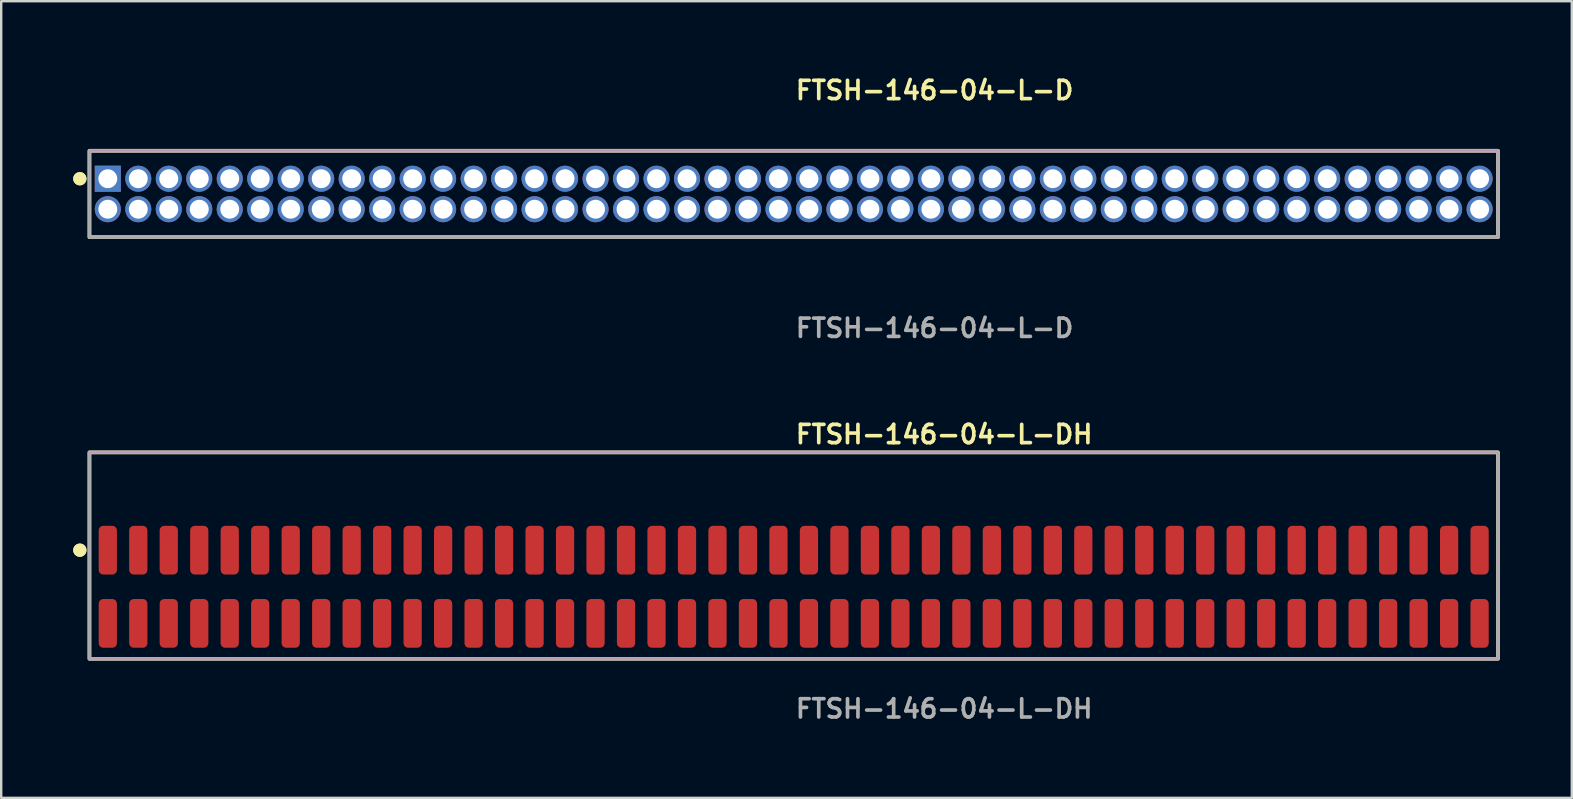
<source format=kicad_pcb>
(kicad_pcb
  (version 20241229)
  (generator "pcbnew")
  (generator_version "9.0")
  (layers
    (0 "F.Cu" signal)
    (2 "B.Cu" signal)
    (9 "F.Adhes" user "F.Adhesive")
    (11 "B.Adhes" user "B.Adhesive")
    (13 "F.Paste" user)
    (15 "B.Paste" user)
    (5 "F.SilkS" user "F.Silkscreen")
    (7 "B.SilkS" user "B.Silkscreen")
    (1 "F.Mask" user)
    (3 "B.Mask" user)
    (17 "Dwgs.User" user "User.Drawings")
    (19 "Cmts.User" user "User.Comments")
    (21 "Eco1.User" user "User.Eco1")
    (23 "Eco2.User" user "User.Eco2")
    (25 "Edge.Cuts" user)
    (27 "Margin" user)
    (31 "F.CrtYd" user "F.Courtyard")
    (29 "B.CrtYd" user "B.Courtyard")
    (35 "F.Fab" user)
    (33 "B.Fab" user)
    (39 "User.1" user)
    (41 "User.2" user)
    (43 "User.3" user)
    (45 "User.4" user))
  (footprint "FTSH-146-04-L-DH"
    (layer "F.Cu")
    (at 30.016 21.396)
    (property "Reference" "FTSH-146-04-L-DH" (at 0 -6.35 0) (unlocked yes) (layer "F.SilkS") (effects (font (size 0.762 0.762) (thickness 0.152)) (justify left)))
    (fp_rect (start -29.34 3) (end 29.34 -5.6) (stroke (width 0.152) (type solid)) (fill no) (layer "F.SilkS"))
    (fp_circle (center -29.74 -1.525) (end -29.94 -1.525) (stroke (width 0.152) (type solid)) (fill yes) (layer "F.SilkS"))
    (fp_circle (center -29.74 -1.525) (end -29.94 -1.525) (stroke (width 0.152) (type solid)) (fill yes) (layer "F.SilkS"))
    (fp_rect (start -29.34 3) (end 29.34 -5.6) (stroke (width 0.006) (type solid)) (fill no) (layer "F.CrtYd"))
    (fp_rect (start -29.34 3) (end 29.34 -5.6) (stroke (width 0.152) (type solid)) (fill no) (layer "F.Fab"))
    (fp_text user "${REFERENCE}" (at 0 5.08 0) (unlocked yes) (layer "F.Fab") (effects (font (size 0.762 0.762) (thickness 0.152)) (justify left)))
    (pad "1" smd roundrect (at -28.575 -1.525) (size 0.76 2.03) (layers "F.Cu" "F.Paste") (roundrect_rratio 0.25))
    (pad "2" smd roundrect (at -28.575 1.525) (size 0.76 2.03) (layers "F.Cu" "F.Paste") (roundrect_rratio 0.25))
    (pad "3" smd roundrect (at -27.305 -1.525) (size 0.76 2.03) (layers "F.Cu" "F.Paste") (roundrect_rratio 0.25))
    (pad "4" smd roundrect (at -27.305 1.525) (size 0.76 2.03) (layers "F.Cu" "F.Paste") (roundrect_rratio 0.25))
    (pad "5" smd roundrect (at -26.035 -1.525) (size 0.76 2.03) (layers "F.Cu" "F.Paste") (roundrect_rratio 0.25))
    (pad "6" smd roundrect (at -26.035 1.525) (size 0.76 2.03) (layers "F.Cu" "F.Paste") (roundrect_rratio 0.25))
    (pad "7" smd roundrect (at -24.765 -1.525) (size 0.76 2.03) (layers "F.Cu" "F.Paste") (roundrect_rratio 0.25))
    (pad "8" smd roundrect (at -24.765 1.525) (size 0.76 2.03) (layers "F.Cu" "F.Paste") (roundrect_rratio 0.25))
    (pad "9" smd roundrect (at -23.495 -1.525) (size 0.76 2.03) (layers "F.Cu" "F.Paste") (roundrect_rratio 0.25))
    (pad "10" smd roundrect (at -23.495 1.525) (size 0.76 2.03) (layers "F.Cu" "F.Paste") (roundrect_rratio 0.25))
    (pad "11" smd roundrect (at -22.225 -1.525) (size 0.76 2.03) (layers "F.Cu" "F.Paste") (roundrect_rratio 0.25))
    (pad "12" smd roundrect (at -22.225 1.525) (size 0.76 2.03) (layers "F.Cu" "F.Paste") (roundrect_rratio 0.25))
    (pad "13" smd roundrect (at -20.955 -1.525) (size 0.76 2.03) (layers "F.Cu" "F.Paste") (roundrect_rratio 0.25))
    (pad "14" smd roundrect (at -20.955 1.525) (size 0.76 2.03) (layers "F.Cu" "F.Paste") (roundrect_rratio 0.25))
    (pad "15" smd roundrect (at -19.685 -1.525) (size 0.76 2.03) (layers "F.Cu" "F.Paste") (roundrect_rratio 0.25))
    (pad "16" smd roundrect (at -19.685 1.525) (size 0.76 2.03) (layers "F.Cu" "F.Paste") (roundrect_rratio 0.25))
    (pad "17" smd roundrect (at -18.415 -1.525) (size 0.76 2.03) (layers "F.Cu" "F.Paste") (roundrect_rratio 0.25))
    (pad "18" smd roundrect (at -18.415 1.525) (size 0.76 2.03) (layers "F.Cu" "F.Paste") (roundrect_rratio 0.25))
    (pad "19" smd roundrect (at -17.145 -1.525) (size 0.76 2.03) (layers "F.Cu" "F.Paste") (roundrect_rratio 0.25))
    (pad "20" smd roundrect (at -17.145 1.525) (size 0.76 2.03) (layers "F.Cu" "F.Paste") (roundrect_rratio 0.25))
    (pad "21" smd roundrect (at -15.875 -1.525) (size 0.76 2.03) (layers "F.Cu" "F.Paste") (roundrect_rratio 0.25))
    (pad "22" smd roundrect (at -15.875 1.525) (size 0.76 2.03) (layers "F.Cu" "F.Paste") (roundrect_rratio 0.25))
    (pad "23" smd roundrect (at -14.605 -1.525) (size 0.76 2.03) (layers "F.Cu" "F.Paste") (roundrect_rratio 0.25))
    (pad "24" smd roundrect (at -14.605 1.525) (size 0.76 2.03) (layers "F.Cu" "F.Paste") (roundrect_rratio 0.25))
    (pad "25" smd roundrect (at -13.335 -1.525) (size 0.76 2.03) (layers "F.Cu" "F.Paste") (roundrect_rratio 0.25))
    (pad "26" smd roundrect (at -13.335 1.525) (size 0.76 2.03) (layers "F.Cu" "F.Paste") (roundrect_rratio 0.25))
    (pad "27" smd roundrect (at -12.065 -1.525) (size 0.76 2.03) (layers "F.Cu" "F.Paste") (roundrect_rratio 0.25))
    (pad "28" smd roundrect (at -12.065 1.525) (size 0.76 2.03) (layers "F.Cu" "F.Paste") (roundrect_rratio 0.25))
    (pad "29" smd roundrect (at -10.795 -1.525) (size 0.76 2.03) (layers "F.Cu" "F.Paste") (roundrect_rratio 0.25))
    (pad "30" smd roundrect (at -10.795 1.525) (size 0.76 2.03) (layers "F.Cu" "F.Paste") (roundrect_rratio 0.25))
    (pad "31" smd roundrect (at -9.525 -1.525) (size 0.76 2.03) (layers "F.Cu" "F.Paste") (roundrect_rratio 0.25))
    (pad "32" smd roundrect (at -9.525 1.525) (size 0.76 2.03) (layers "F.Cu" "F.Paste") (roundrect_rratio 0.25))
    (pad "33" smd roundrect (at -8.255 -1.525) (size 0.76 2.03) (layers "F.Cu" "F.Paste") (roundrect_rratio 0.25))
    (pad "34" smd roundrect (at -8.255 1.525) (size 0.76 2.03) (layers "F.Cu" "F.Paste") (roundrect_rratio 0.25))
    (pad "35" smd roundrect (at -6.985 -1.525) (size 0.76 2.03) (layers "F.Cu" "F.Paste") (roundrect_rratio 0.25))
    (pad "36" smd roundrect (at -6.985 1.525) (size 0.76 2.03) (layers "F.Cu" "F.Paste") (roundrect_rratio 0.25))
    (pad "37" smd roundrect (at -5.715 -1.525) (size 0.76 2.03) (layers "F.Cu" "F.Paste") (roundrect_rratio 0.25))
    (pad "38" smd roundrect (at -5.715 1.525) (size 0.76 2.03) (layers "F.Cu" "F.Paste") (roundrect_rratio 0.25))
    (pad "39" smd roundrect (at -4.445 -1.525) (size 0.76 2.03) (layers "F.Cu" "F.Paste") (roundrect_rratio 0.25))
    (pad "40" smd roundrect (at -4.445 1.525) (size 0.76 2.03) (layers "F.Cu" "F.Paste") (roundrect_rratio 0.25))
    (pad "41" smd roundrect (at -3.175 -1.525) (size 0.76 2.03) (layers "F.Cu" "F.Paste") (roundrect_rratio 0.25))
    (pad "42" smd roundrect (at -3.175 1.525) (size 0.76 2.03) (layers "F.Cu" "F.Paste") (roundrect_rratio 0.25))
    (pad "43" smd roundrect (at -1.905 -1.525) (size 0.76 2.03) (layers "F.Cu" "F.Paste") (roundrect_rratio 0.25))
    (pad "44" smd roundrect (at -1.905 1.525) (size 0.76 2.03) (layers "F.Cu" "F.Paste") (roundrect_rratio 0.25))
    (pad "45" smd roundrect (at -0.635 -1.525) (size 0.76 2.03) (layers "F.Cu" "F.Paste") (roundrect_rratio 0.25))
    (pad "46" smd roundrect (at -0.635 1.525) (size 0.76 2.03) (layers "F.Cu" "F.Paste") (roundrect_rratio 0.25))
    (pad "47" smd roundrect (at 0.635 -1.525) (size 0.76 2.03) (layers "F.Cu" "F.Paste") (roundrect_rratio 0.25))
    (pad "48" smd roundrect (at 0.635 1.525) (size 0.76 2.03) (layers "F.Cu" "F.Paste") (roundrect_rratio 0.25))
    (pad "49" smd roundrect (at 1.905 -1.525) (size 0.76 2.03) (layers "F.Cu" "F.Paste") (roundrect_rratio 0.25))
    (pad "50" smd roundrect (at 1.905 1.525) (size 0.76 2.03) (layers "F.Cu" "F.Paste") (roundrect_rratio 0.25))
    (pad "51" smd roundrect (at 3.175 -1.525) (size 0.76 2.03) (layers "F.Cu" "F.Paste") (roundrect_rratio 0.25))
    (pad "52" smd roundrect (at 3.175 1.525) (size 0.76 2.03) (layers "F.Cu" "F.Paste") (roundrect_rratio 0.25))
    (pad "53" smd roundrect (at 4.445 -1.525) (size 0.76 2.03) (layers "F.Cu" "F.Paste") (roundrect_rratio 0.25))
    (pad "54" smd roundrect (at 4.445 1.525) (size 0.76 2.03) (layers "F.Cu" "F.Paste") (roundrect_rratio 0.25))
    (pad "55" smd roundrect (at 5.715 -1.525) (size 0.76 2.03) (layers "F.Cu" "F.Paste") (roundrect_rratio 0.25))
    (pad "56" smd roundrect (at 5.715 1.525) (size 0.76 2.03) (layers "F.Cu" "F.Paste") (roundrect_rratio 0.25))
    (pad "57" smd roundrect (at 6.985 -1.525) (size 0.76 2.03) (layers "F.Cu" "F.Paste") (roundrect_rratio 0.25))
    (pad "58" smd roundrect (at 6.985 1.525) (size 0.76 2.03) (layers "F.Cu" "F.Paste") (roundrect_rratio 0.25))
    (pad "59" smd roundrect (at 8.255 -1.525) (size 0.76 2.03) (layers "F.Cu" "F.Paste") (roundrect_rratio 0.25))
    (pad "60" smd roundrect (at 8.255 1.525) (size 0.76 2.03) (layers "F.Cu" "F.Paste") (roundrect_rratio 0.25))
    (pad "61" smd roundrect (at 9.525 -1.525) (size 0.76 2.03) (layers "F.Cu" "F.Paste") (roundrect_rratio 0.25))
    (pad "62" smd roundrect (at 9.525 1.525) (size 0.76 2.03) (layers "F.Cu" "F.Paste") (roundrect_rratio 0.25))
    (pad "63" smd roundrect (at 10.795 -1.525) (size 0.76 2.03) (layers "F.Cu" "F.Paste") (roundrect_rratio 0.25))
    (pad "64" smd roundrect (at 10.795 1.525) (size 0.76 2.03) (layers "F.Cu" "F.Paste") (roundrect_rratio 0.25))
    (pad "65" smd roundrect (at 12.065 -1.525) (size 0.76 2.03) (layers "F.Cu" "F.Paste") (roundrect_rratio 0.25))
    (pad "66" smd roundrect (at 12.065 1.525) (size 0.76 2.03) (layers "F.Cu" "F.Paste") (roundrect_rratio 0.25))
    (pad "67" smd roundrect (at 13.335 -1.525) (size 0.76 2.03) (layers "F.Cu" "F.Paste") (roundrect_rratio 0.25))
    (pad "68" smd roundrect (at 13.335 1.525) (size 0.76 2.03) (layers "F.Cu" "F.Paste") (roundrect_rratio 0.25))
    (pad "69" smd roundrect (at 14.605 -1.525) (size 0.76 2.03) (layers "F.Cu" "F.Paste") (roundrect_rratio 0.25))
    (pad "70" smd roundrect (at 14.605 1.525) (size 0.76 2.03) (layers "F.Cu" "F.Paste") (roundrect_rratio 0.25))
    (pad "71" smd roundrect (at 15.875 -1.525) (size 0.76 2.03) (layers "F.Cu" "F.Paste") (roundrect_rratio 0.25))
    (pad "72" smd roundrect (at 15.875 1.525) (size 0.76 2.03) (layers "F.Cu" "F.Paste") (roundrect_rratio 0.25))
    (pad "73" smd roundrect (at 17.145 -1.525) (size 0.76 2.03) (layers "F.Cu" "F.Paste") (roundrect_rratio 0.25))
    (pad "74" smd roundrect (at 17.145 1.525) (size 0.76 2.03) (layers "F.Cu" "F.Paste") (roundrect_rratio 0.25))
    (pad "75" smd roundrect (at 18.415 -1.525) (size 0.76 2.03) (layers "F.Cu" "F.Paste") (roundrect_rratio 0.25))
    (pad "76" smd roundrect (at 18.415 1.525) (size 0.76 2.03) (layers "F.Cu" "F.Paste") (roundrect_rratio 0.25))
    (pad "77" smd roundrect (at 19.685 -1.525) (size 0.76 2.03) (layers "F.Cu" "F.Paste") (roundrect_rratio 0.25))
    (pad "78" smd roundrect (at 19.685 1.525) (size 0.76 2.03) (layers "F.Cu" "F.Paste") (roundrect_rratio 0.25))
    (pad "79" smd roundrect (at 20.955 -1.525) (size 0.76 2.03) (layers "F.Cu" "F.Paste") (roundrect_rratio 0.25))
    (pad "80" smd roundrect (at 20.955 1.525) (size 0.76 2.03) (layers "F.Cu" "F.Paste") (roundrect_rratio 0.25))
    (pad "81" smd roundrect (at 22.225 -1.525) (size 0.76 2.03) (layers "F.Cu" "F.Paste") (roundrect_rratio 0.25))
    (pad "82" smd roundrect (at 22.225 1.525) (size 0.76 2.03) (layers "F.Cu" "F.Paste") (roundrect_rratio 0.25))
    (pad "83" smd roundrect (at 23.495 -1.525) (size 0.76 2.03) (layers "F.Cu" "F.Paste") (roundrect_rratio 0.25))
    (pad "84" smd roundrect (at 23.495 1.525) (size 0.76 2.03) (layers "F.Cu" "F.Paste") (roundrect_rratio 0.25))
    (pad "85" smd roundrect (at 24.765 -1.525) (size 0.76 2.03) (layers "F.Cu" "F.Paste") (roundrect_rratio 0.25))
    (pad "86" smd roundrect (at 24.765 1.525) (size 0.76 2.03) (layers "F.Cu" "F.Paste") (roundrect_rratio 0.25))
    (pad "87" smd roundrect (at 26.035 -1.525) (size 0.76 2.03) (layers "F.Cu" "F.Paste") (roundrect_rratio 0.25))
    (pad "88" smd roundrect (at 26.035 1.525) (size 0.76 2.03) (layers "F.Cu" "F.Paste") (roundrect_rratio 0.25))
    (pad "89" smd roundrect (at 27.305 -1.525) (size 0.76 2.03) (layers "F.Cu" "F.Paste") (roundrect_rratio 0.25))
    (pad "90" smd roundrect (at 27.305 1.525) (size 0.76 2.03) (layers "F.Cu" "F.Paste") (roundrect_rratio 0.25))
    (pad "91" smd roundrect (at 28.575 -1.525) (size 0.76 2.03) (layers "F.Cu" "F.Paste") (roundrect_rratio 0.25))
    (pad "92" smd roundrect (at 28.575 1.525) (size 0.76 2.03) (layers "F.Cu" "F.Paste") (roundrect_rratio 0.25)))
  (footprint "FTSH-146-04-L-D"
    (layer "F.Cu")
    (at 30.016 5.031)
    (property "Reference" "FTSH-146-04-L-D" (at 0 -4.318 0) (unlocked yes) (layer "F.SilkS") (effects (font (size 0.762 0.762) (thickness 0.152)) (justify left)))
    (fp_rect (start -29.34 1.8) (end 29.34 -1.8) (stroke (width 0.152) (type solid)) (fill no) (layer "F.SilkS"))
    (fp_circle (center -29.74 -0.635) (end -29.94 -0.635) (stroke (width 0.152) (type solid)) (fill yes) (layer "F.SilkS"))
    (fp_circle (center -29.74 -0.635) (end -29.94 -0.635) (stroke (width 0.152) (type solid)) (fill yes) (layer "F.SilkS"))
    (fp_rect (start -29.34 1.8) (end 29.34 -1.8) (stroke (width 0.006) (type solid)) (fill no) (layer "F.CrtYd"))
    (fp_rect (start -29.34 1.8) (end 29.34 -1.8) (stroke (width 0.152) (type solid)) (fill no) (layer "F.Fab"))
    (fp_text user "${REFERENCE}" (at 0 5.588 0) (unlocked yes) (layer "F.Fab") (effects (font (size 0.762 0.762) (thickness 0.152)) (justify left)))
    (pad "1" thru_hole rect (at -28.575 -0.635) (size 1.087 1.087) (drill 0.787) (layers "*.Cu" "*.Mask"))
    (pad "2" thru_hole circle (at -28.575 0.635) (size 1.087 1.087) (drill 0.787) (layers "*.Cu" "*.Mask"))
    (pad "3" thru_hole circle (at -27.305 -0.635) (size 1.087 1.087) (drill 0.787) (layers "*.Cu" "*.Mask"))
    (pad "4" thru_hole circle (at -27.305 0.635) (size 1.087 1.087) (drill 0.787) (layers "*.Cu" "*.Mask"))
    (pad "5" thru_hole circle (at -26.035 -0.635) (size 1.087 1.087) (drill 0.787) (layers "*.Cu" "*.Mask"))
    (pad "6" thru_hole circle (at -26.035 0.635) (size 1.087 1.087) (drill 0.787) (layers "*.Cu" "*.Mask"))
    (pad "7" thru_hole circle (at -24.765 -0.635) (size 1.087 1.087) (drill 0.787) (layers "*.Cu" "*.Mask"))
    (pad "8" thru_hole circle (at -24.765 0.635) (size 1.087 1.087) (drill 0.787) (layers "*.Cu" "*.Mask"))
    (pad "9" thru_hole circle (at -23.495 -0.635) (size 1.087 1.087) (drill 0.787) (layers "*.Cu" "*.Mask"))
    (pad "10" thru_hole circle (at -23.495 0.635) (size 1.087 1.087) (drill 0.787) (layers "*.Cu" "*.Mask"))
    (pad "11" thru_hole circle (at -22.225 -0.635) (size 1.087 1.087) (drill 0.787) (layers "*.Cu" "*.Mask"))
    (pad "12" thru_hole circle (at -22.225 0.635) (size 1.087 1.087) (drill 0.787) (layers "*.Cu" "*.Mask"))
    (pad "13" thru_hole circle (at -20.955 -0.635) (size 1.087 1.087) (drill 0.787) (layers "*.Cu" "*.Mask"))
    (pad "14" thru_hole circle (at -20.955 0.635) (size 1.087 1.087) (drill 0.787) (layers "*.Cu" "*.Mask"))
    (pad "15" thru_hole circle (at -19.685 -0.635) (size 1.087 1.087) (drill 0.787) (layers "*.Cu" "*.Mask"))
    (pad "16" thru_hole circle (at -19.685 0.635) (size 1.087 1.087) (drill 0.787) (layers "*.Cu" "*.Mask"))
    (pad "17" thru_hole circle (at -18.415 -0.635) (size 1.087 1.087) (drill 0.787) (layers "*.Cu" "*.Mask"))
    (pad "18" thru_hole circle (at -18.415 0.635) (size 1.087 1.087) (drill 0.787) (layers "*.Cu" "*.Mask"))
    (pad "19" thru_hole circle (at -17.145 -0.635) (size 1.087 1.087) (drill 0.787) (layers "*.Cu" "*.Mask"))
    (pad "20" thru_hole circle (at -17.145 0.635) (size 1.087 1.087) (drill 0.787) (layers "*.Cu" "*.Mask"))
    (pad "21" thru_hole circle (at -15.875 -0.635) (size 1.087 1.087) (drill 0.787) (layers "*.Cu" "*.Mask"))
    (pad "22" thru_hole circle (at -15.875 0.635) (size 1.087 1.087) (drill 0.787) (layers "*.Cu" "*.Mask"))
    (pad "23" thru_hole circle (at -14.605 -0.635) (size 1.087 1.087) (drill 0.787) (layers "*.Cu" "*.Mask"))
    (pad "24" thru_hole circle (at -14.605 0.635) (size 1.087 1.087) (drill 0.787) (layers "*.Cu" "*.Mask"))
    (pad "25" thru_hole circle (at -13.335 -0.635) (size 1.087 1.087) (drill 0.787) (layers "*.Cu" "*.Mask"))
    (pad "26" thru_hole circle (at -13.335 0.635) (size 1.087 1.087) (drill 0.787) (layers "*.Cu" "*.Mask"))
    (pad "27" thru_hole circle (at -12.065 -0.635) (size 1.087 1.087) (drill 0.787) (layers "*.Cu" "*.Mask"))
    (pad "28" thru_hole circle (at -12.065 0.635) (size 1.087 1.087) (drill 0.787) (layers "*.Cu" "*.Mask"))
    (pad "29" thru_hole circle (at -10.795 -0.635) (size 1.087 1.087) (drill 0.787) (layers "*.Cu" "*.Mask"))
    (pad "30" thru_hole circle (at -10.795 0.635) (size 1.087 1.087) (drill 0.787) (layers "*.Cu" "*.Mask"))
    (pad "31" thru_hole circle (at -9.525 -0.635) (size 1.087 1.087) (drill 0.787) (layers "*.Cu" "*.Mask"))
    (pad "32" thru_hole circle (at -9.525 0.635) (size 1.087 1.087) (drill 0.787) (layers "*.Cu" "*.Mask"))
    (pad "33" thru_hole circle (at -8.255 -0.635) (size 1.087 1.087) (drill 0.787) (layers "*.Cu" "*.Mask"))
    (pad "34" thru_hole circle (at -8.255 0.635) (size 1.087 1.087) (drill 0.787) (layers "*.Cu" "*.Mask"))
    (pad "35" thru_hole circle (at -6.985 -0.635) (size 1.087 1.087) (drill 0.787) (layers "*.Cu" "*.Mask"))
    (pad "36" thru_hole circle (at -6.985 0.635) (size 1.087 1.087) (drill 0.787) (layers "*.Cu" "*.Mask"))
    (pad "37" thru_hole circle (at -5.715 -0.635) (size 1.087 1.087) (drill 0.787) (layers "*.Cu" "*.Mask"))
    (pad "38" thru_hole circle (at -5.715 0.635) (size 1.087 1.087) (drill 0.787) (layers "*.Cu" "*.Mask"))
    (pad "39" thru_hole circle (at -4.445 -0.635) (size 1.087 1.087) (drill 0.787) (layers "*.Cu" "*.Mask"))
    (pad "40" thru_hole circle (at -4.445 0.635) (size 1.087 1.087) (drill 0.787) (layers "*.Cu" "*.Mask"))
    (pad "41" thru_hole circle (at -3.175 -0.635) (size 1.087 1.087) (drill 0.787) (layers "*.Cu" "*.Mask"))
    (pad "42" thru_hole circle (at -3.175 0.635) (size 1.087 1.087) (drill 0.787) (layers "*.Cu" "*.Mask"))
    (pad "43" thru_hole circle (at -1.905 -0.635) (size 1.087 1.087) (drill 0.787) (layers "*.Cu" "*.Mask"))
    (pad "44" thru_hole circle (at -1.905 0.635) (size 1.087 1.087) (drill 0.787) (layers "*.Cu" "*.Mask"))
    (pad "45" thru_hole circle (at -0.635 -0.635) (size 1.087 1.087) (drill 0.787) (layers "*.Cu" "*.Mask"))
    (pad "46" thru_hole circle (at -0.635 0.635) (size 1.087 1.087) (drill 0.787) (layers "*.Cu" "*.Mask"))
    (pad "47" thru_hole circle (at 0.635 -0.635) (size 1.087 1.087) (drill 0.787) (layers "*.Cu" "*.Mask"))
    (pad "48" thru_hole circle (at 0.635 0.635) (size 1.087 1.087) (drill 0.787) (layers "*.Cu" "*.Mask"))
    (pad "49" thru_hole circle (at 1.905 -0.635) (size 1.087 1.087) (drill 0.787) (layers "*.Cu" "*.Mask"))
    (pad "50" thru_hole circle (at 1.905 0.635) (size 1.087 1.087) (drill 0.787) (layers "*.Cu" "*.Mask"))
    (pad "51" thru_hole circle (at 3.175 -0.635) (size 1.087 1.087) (drill 0.787) (layers "*.Cu" "*.Mask"))
    (pad "52" thru_hole circle (at 3.175 0.635) (size 1.087 1.087) (drill 0.787) (layers "*.Cu" "*.Mask"))
    (pad "53" thru_hole circle (at 4.445 -0.635) (size 1.087 1.087) (drill 0.787) (layers "*.Cu" "*.Mask"))
    (pad "54" thru_hole circle (at 4.445 0.635) (size 1.087 1.087) (drill 0.787) (layers "*.Cu" "*.Mask"))
    (pad "55" thru_hole circle (at 5.715 -0.635) (size 1.087 1.087) (drill 0.787) (layers "*.Cu" "*.Mask"))
    (pad "56" thru_hole circle (at 5.715 0.635) (size 1.087 1.087) (drill 0.787) (layers "*.Cu" "*.Mask"))
    (pad "57" thru_hole circle (at 6.985 -0.635) (size 1.087 1.087) (drill 0.787) (layers "*.Cu" "*.Mask"))
    (pad "58" thru_hole circle (at 6.985 0.635) (size 1.087 1.087) (drill 0.787) (layers "*.Cu" "*.Mask"))
    (pad "59" thru_hole circle (at 8.255 -0.635) (size 1.087 1.087) (drill 0.787) (layers "*.Cu" "*.Mask"))
    (pad "60" thru_hole circle (at 8.255 0.635) (size 1.087 1.087) (drill 0.787) (layers "*.Cu" "*.Mask"))
    (pad "61" thru_hole circle (at 9.525 -0.635) (size 1.087 1.087) (drill 0.787) (layers "*.Cu" "*.Mask"))
    (pad "62" thru_hole circle (at 9.525 0.635) (size 1.087 1.087) (drill 0.787) (layers "*.Cu" "*.Mask"))
    (pad "63" thru_hole circle (at 10.795 -0.635) (size 1.087 1.087) (drill 0.787) (layers "*.Cu" "*.Mask"))
    (pad "64" thru_hole circle (at 10.795 0.635) (size 1.087 1.087) (drill 0.787) (layers "*.Cu" "*.Mask"))
    (pad "65" thru_hole circle (at 12.065 -0.635) (size 1.087 1.087) (drill 0.787) (layers "*.Cu" "*.Mask"))
    (pad "66" thru_hole circle (at 12.065 0.635) (size 1.087 1.087) (drill 0.787) (layers "*.Cu" "*.Mask"))
    (pad "67" thru_hole circle (at 13.335 -0.635) (size 1.087 1.087) (drill 0.787) (layers "*.Cu" "*.Mask"))
    (pad "68" thru_hole circle (at 13.335 0.635) (size 1.087 1.087) (drill 0.787) (layers "*.Cu" "*.Mask"))
    (pad "69" thru_hole circle (at 14.605 -0.635) (size 1.087 1.087) (drill 0.787) (layers "*.Cu" "*.Mask"))
    (pad "70" thru_hole circle (at 14.605 0.635) (size 1.087 1.087) (drill 0.787) (layers "*.Cu" "*.Mask"))
    (pad "71" thru_hole circle (at 15.875 -0.635) (size 1.087 1.087) (drill 0.787) (layers "*.Cu" "*.Mask"))
    (pad "72" thru_hole circle (at 15.875 0.635) (size 1.087 1.087) (drill 0.787) (layers "*.Cu" "*.Mask"))
    (pad "73" thru_hole circle (at 17.145 -0.635) (size 1.087 1.087) (drill 0.787) (layers "*.Cu" "*.Mask"))
    (pad "74" thru_hole circle (at 17.145 0.635) (size 1.087 1.087) (drill 0.787) (layers "*.Cu" "*.Mask"))
    (pad "75" thru_hole circle (at 18.415 -0.635) (size 1.087 1.087) (drill 0.787) (layers "*.Cu" "*.Mask"))
    (pad "76" thru_hole circle (at 18.415 0.635) (size 1.087 1.087) (drill 0.787) (layers "*.Cu" "*.Mask"))
    (pad "77" thru_hole circle (at 19.685 -0.635) (size 1.087 1.087) (drill 0.787) (layers "*.Cu" "*.Mask"))
    (pad "78" thru_hole circle (at 19.685 0.635) (size 1.087 1.087) (drill 0.787) (layers "*.Cu" "*.Mask"))
    (pad "79" thru_hole circle (at 20.955 -0.635) (size 1.087 1.087) (drill 0.787) (layers "*.Cu" "*.Mask"))
    (pad "80" thru_hole circle (at 20.955 0.635) (size 1.087 1.087) (drill 0.787) (layers "*.Cu" "*.Mask"))
    (pad "81" thru_hole circle (at 22.225 -0.635) (size 1.087 1.087) (drill 0.787) (layers "*.Cu" "*.Mask"))
    (pad "82" thru_hole circle (at 22.225 0.635) (size 1.087 1.087) (drill 0.787) (layers "*.Cu" "*.Mask"))
    (pad "83" thru_hole circle (at 23.495 -0.635) (size 1.087 1.087) (drill 0.787) (layers "*.Cu" "*.Mask"))
    (pad "84" thru_hole circle (at 23.495 0.635) (size 1.087 1.087) (drill 0.787) (layers "*.Cu" "*.Mask"))
    (pad "85" thru_hole circle (at 24.765 -0.635) (size 1.087 1.087) (drill 0.787) (layers "*.Cu" "*.Mask"))
    (pad "86" thru_hole circle (at 24.765 0.635) (size 1.087 1.087) (drill 0.787) (layers "*.Cu" "*.Mask"))
    (pad "87" thru_hole circle (at 26.035 -0.635) (size 1.087 1.087) (drill 0.787) (layers "*.Cu" "*.Mask"))
    (pad "88" thru_hole circle (at 26.035 0.635) (size 1.087 1.087) (drill 0.787) (layers "*.Cu" "*.Mask"))
    (pad "89" thru_hole circle (at 27.305 -0.635) (size 1.087 1.087) (drill 0.787) (layers "*.Cu" "*.Mask"))
    (pad "90" thru_hole circle (at 27.305 0.635) (size 1.087 1.087) (drill 0.787) (layers "*.Cu" "*.Mask"))
    (pad "91" thru_hole circle (at 28.575 -0.635) (size 1.087 1.087) (drill 0.787) (layers "*.Cu" "*.Mask"))
    (pad "92" thru_hole circle (at 28.575 0.635) (size 1.087 1.087) (drill 0.787) (layers "*.Cu" "*.Mask")))
  (gr_rect
    (start -3 -3)
    (end 62.432 30.189)
    (stroke (width 0.1) (type default))
    (fill no)
    (layer "Edge.Cuts")))
</source>
